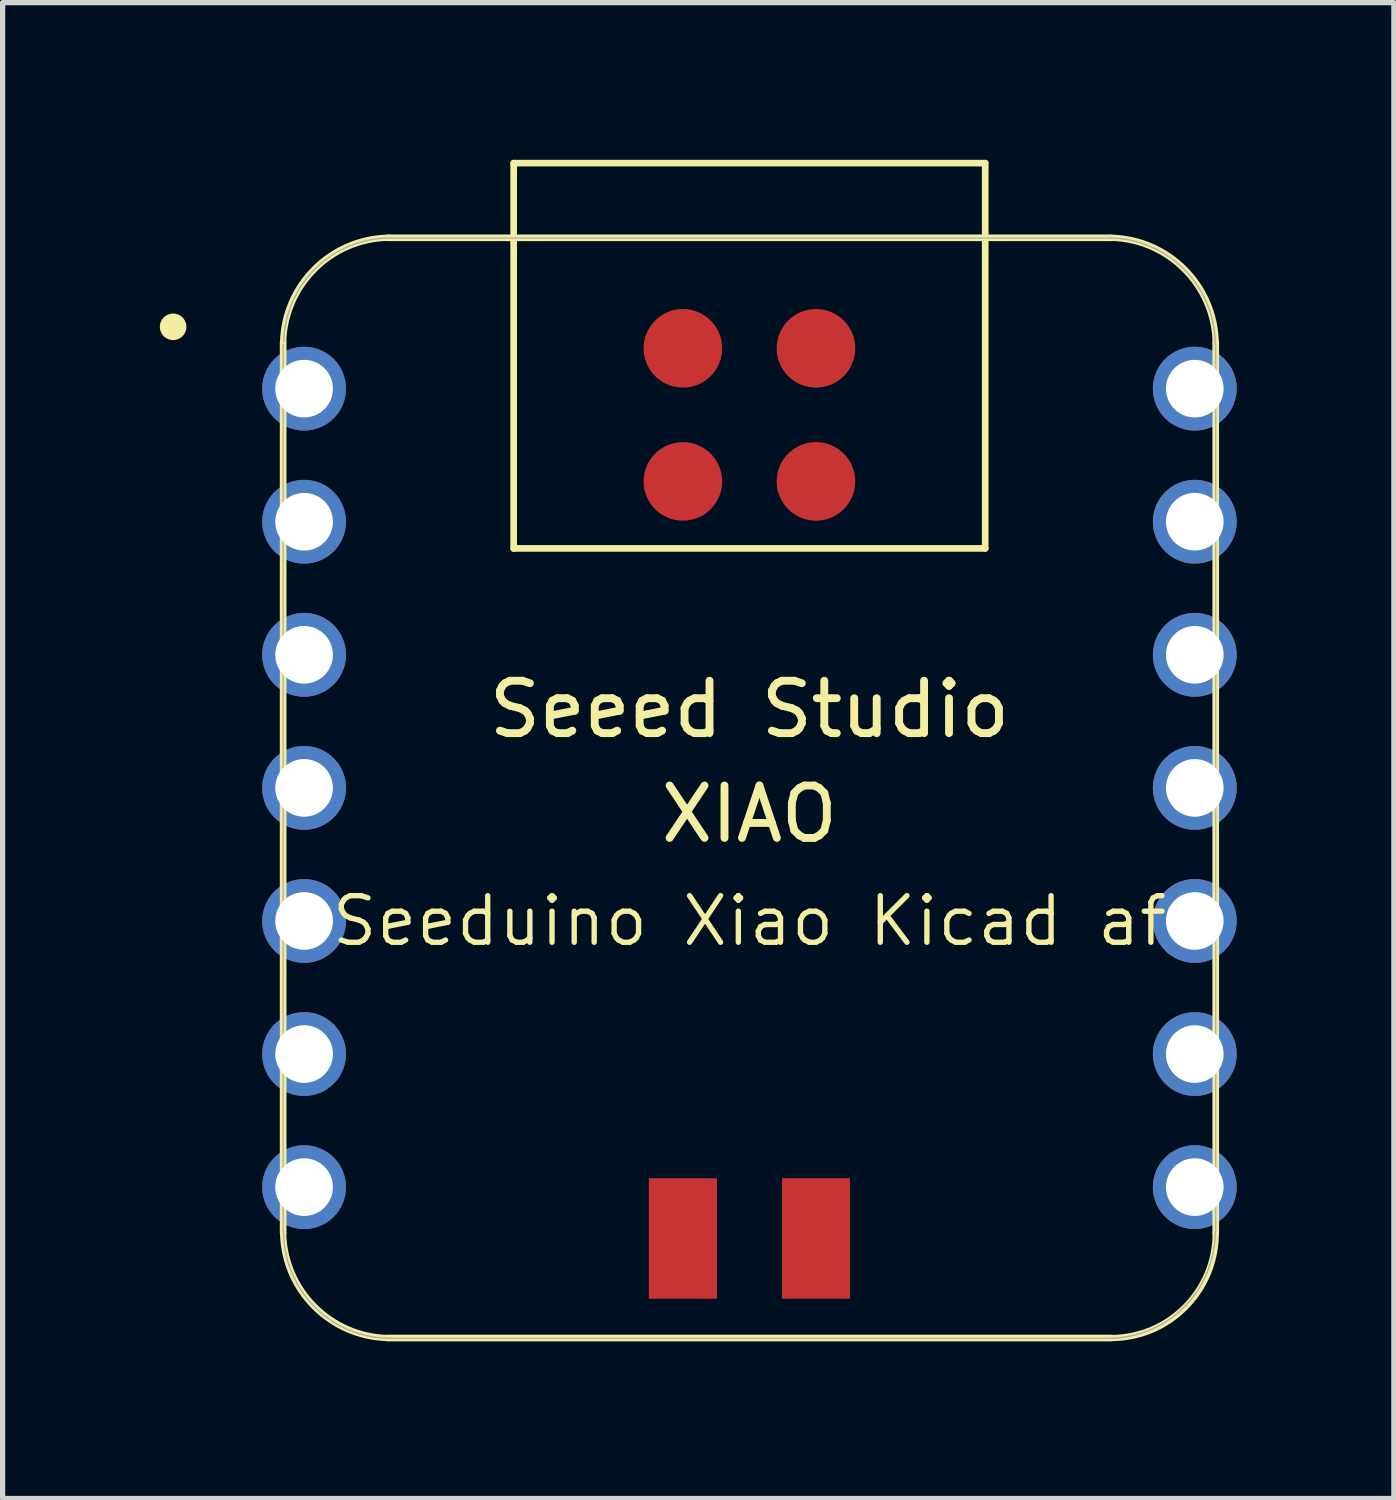
<source format=kicad_pcb>
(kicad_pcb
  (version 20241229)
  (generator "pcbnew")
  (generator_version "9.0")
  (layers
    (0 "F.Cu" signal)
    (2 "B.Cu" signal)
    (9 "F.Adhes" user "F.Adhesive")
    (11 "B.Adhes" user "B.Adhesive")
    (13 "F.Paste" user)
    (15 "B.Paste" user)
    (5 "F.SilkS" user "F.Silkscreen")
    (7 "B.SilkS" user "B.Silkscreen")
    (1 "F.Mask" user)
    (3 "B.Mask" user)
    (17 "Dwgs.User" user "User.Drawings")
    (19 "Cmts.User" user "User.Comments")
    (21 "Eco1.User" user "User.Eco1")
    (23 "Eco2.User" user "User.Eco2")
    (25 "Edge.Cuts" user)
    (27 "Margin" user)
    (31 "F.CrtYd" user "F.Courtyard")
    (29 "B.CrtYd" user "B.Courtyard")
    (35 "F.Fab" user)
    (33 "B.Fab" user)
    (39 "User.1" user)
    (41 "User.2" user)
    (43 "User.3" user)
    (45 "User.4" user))
  (footprint "Seeduino Xiao Kicad af"
    (layer "F.Cu")
    (at 11.254 11.988)
    (property "Reference" "Seeduino Xiao Kicad af" (at 0 2.54 0) (layer "F.SilkS") (effects (font (size 0.889 0.889) (thickness 0.102))))
    (attr smd)
    (fp_line (start -8.9 -8.5) (end -8.9 8.5) (stroke (width 0.127) (type solid)) (layer "F.SilkS"))
    (fp_line (start -6.9 10.5) (end 6.9 10.5) (stroke (width 0.127) (type solid)) (layer "F.SilkS"))
    (fp_line (start -4.5 -11.924) (end 4.5 -11.924) (stroke (width 0.127) (type solid)) (layer "F.SilkS"))
    (fp_line (start -4.5 -4.571) (end -4.5 -11.924) (stroke (width 0.127) (type solid)) (layer "F.SilkS"))
    (fp_line (start 4.5 -11.924) (end 4.5 -4.571) (stroke (width 0.127) (type solid)) (layer "F.SilkS"))
    (fp_line (start 4.5 -4.571) (end -4.5 -4.571) (stroke (width 0.127) (type solid)) (layer "F.SilkS"))
    (fp_line (start 6.9 -10.499) (end -6.9 -10.499) (stroke (width 0.127) (type solid)) (layer "F.SilkS"))
    (fp_line (start 8.9 8.5) (end 8.9 -8.5) (stroke (width 0.127) (type solid)) (layer "F.SilkS"))
    (fp_arc (start -8.9 -8.5) (mid -8.301491 -9.901491) (end -6.9 -10.5) (stroke (width 0.12) (type solid)) (layer "F.SilkS"))
    (fp_arc (start -6.9 10.5) (mid -8.301423 9.901423) (end -8.9 8.5) (stroke (width 0.12) (type solid)) (layer "F.SilkS"))
    (fp_arc (start 6.9 -10.5) (mid 8.301494 -9.901494) (end 8.9 -8.5) (stroke (width 0.12) (type solid)) (layer "F.SilkS"))
    (fp_arc (start 8.9 8.5) (mid 8.314214 9.914214) (end 6.9 10.5) (stroke (width 0.12) (type solid)) (layer "F.SilkS"))
    (fp_circle (center -11 -8.8) (end -11 -9.054) (stroke (width 0) (type solid)) (fill yes) (layer "F.SilkS"))
    (fp_poly (pts (xy -8.888 -8.562) (xy -8.885 -8.61) (xy -8.881 -8.659)) (stroke (width 0.025) (type solid)) (fill no) (layer "F.SilkS"))
    (fp_poly (pts (xy 8.889 8.522) (xy 8.888 8.571) (xy 8.885 8.62) (xy 8.881 8.669) (xy 8.875 8.717) (xy 8.869 8.766) (xy 8.861 8.815) (xy 8.852 8.863) (xy 8.842 8.911)) (stroke (width 0.025) (type solid)) (fill no) (layer "F.SilkS"))
    (fp_line (start -8.9 -8.463) (end -8.9 8.473) (stroke (width 0.025) (type solid)) (layer "F.Fab"))
    (fp_line (start -8.89 8.473) (end -8.889 8.522) (stroke (width 0.025) (type solid)) (layer "F.Fab"))
    (fp_line (start -8.889 8.522) (end -8.888 8.571) (stroke (width 0.025) (type solid)) (layer "F.Fab"))
    (fp_line (start -8.888 -8.562) (end -8.889 -8.512) (stroke (width 0.025) (type solid)) (layer "F.Fab"))
    (fp_line (start -8.888 8.571) (end -8.885 8.62) (stroke (width 0.025) (type solid)) (layer "F.Fab"))
    (fp_line (start -8.885 -8.61) (end -8.888 -8.562) (stroke (width 0.025) (type solid)) (layer "F.Fab"))
    (fp_line (start -8.885 8.62) (end -8.881 8.669) (stroke (width 0.025) (type solid)) (layer "F.Fab"))
    (fp_line (start -8.881 -8.659) (end -8.885 -8.61) (stroke (width 0.025) (type solid)) (layer "F.Fab"))
    (fp_line (start -8.881 8.669) (end -8.875 8.717) (stroke (width 0.025) (type solid)) (layer "F.Fab"))
    (fp_line (start -8.875 -8.708) (end -8.881 -8.659) (stroke (width 0.025) (type solid)) (layer "F.Fab"))
    (fp_line (start -8.875 8.717) (end -8.869 8.766) (stroke (width 0.025) (type solid)) (layer "F.Fab"))
    (fp_line (start -8.869 -8.757) (end -8.875 -8.708) (stroke (width 0.025) (type solid)) (layer "F.Fab"))
    (fp_line (start -8.869 8.766) (end -8.861 8.815) (stroke (width 0.025) (type solid)) (layer "F.Fab"))
    (fp_line (start -8.861 -8.806) (end -8.869 -8.757) (stroke (width 0.025) (type solid)) (layer "F.Fab"))
    (fp_line (start -8.861 8.815) (end -8.852 8.863) (stroke (width 0.025) (type solid)) (layer "F.Fab"))
    (fp_line (start -8.852 -8.854) (end -8.861 -8.806) (stroke (width 0.025) (type solid)) (layer "F.Fab"))
    (fp_line (start -8.852 8.863) (end -8.842 8.911) (stroke (width 0.025) (type solid)) (layer "F.Fab"))
    (fp_line (start -8.842 -8.902) (end -8.852 -8.854) (stroke (width 0.025) (type solid)) (layer "F.Fab"))
    (fp_line (start -8.842 8.911) (end -8.831 8.959) (stroke (width 0.025) (type solid)) (layer "F.Fab"))
    (fp_line (start -8.831 -8.95) (end -8.842 -8.902) (stroke (width 0.025) (type solid)) (layer "F.Fab"))
    (fp_line (start -8.831 8.959) (end -8.819 9.006) (stroke (width 0.025) (type solid)) (layer "F.Fab"))
    (fp_line (start -8.819 -8.997) (end -8.831 -8.95) (stroke (width 0.025) (type solid)) (layer "F.Fab"))
    (fp_line (start -8.819 9.006) (end -8.805 9.054) (stroke (width 0.025) (type solid)) (layer "F.Fab"))
    (fp_line (start -8.805 -9.045) (end -8.819 -8.997) (stroke (width 0.025) (type solid)) (layer "F.Fab"))
    (fp_line (start -8.805 9.054) (end -8.79 9.1) (stroke (width 0.025) (type solid)) (layer "F.Fab"))
    (fp_line (start -8.79 -9.091) (end -8.805 -9.045) (stroke (width 0.025) (type solid)) (layer "F.Fab"))
    (fp_line (start -8.79 9.1) (end -8.775 9.147) (stroke (width 0.025) (type solid)) (layer "F.Fab"))
    (fp_line (start -8.775 -9.138) (end -8.79 -9.091) (stroke (width 0.025) (type solid)) (layer "F.Fab"))
    (fp_line (start -8.775 9.147) (end -8.758 9.193) (stroke (width 0.025) (type solid)) (layer "F.Fab"))
    (fp_line (start -8.758 -9.184) (end -8.775 -9.138) (stroke (width 0.025) (type solid)) (layer "F.Fab"))
    (fp_line (start -8.758 9.193) (end -8.74 9.239) (stroke (width 0.025) (type solid)) (layer "F.Fab"))
    (fp_line (start -8.74 -9.23) (end -8.758 -9.184) (stroke (width 0.025) (type solid)) (layer "F.Fab"))
    (fp_line (start -8.74 9.239) (end -8.721 9.284) (stroke (width 0.025) (type solid)) (layer "F.Fab"))
    (fp_line (start -8.721 -9.275) (end -8.74 -9.23) (stroke (width 0.025) (type solid)) (layer "F.Fab"))
    (fp_line (start -8.721 9.284) (end -8.701 9.329) (stroke (width 0.025) (type solid)) (layer "F.Fab"))
    (fp_line (start -8.701 -9.32) (end -8.721 -9.275) (stroke (width 0.025) (type solid)) (layer "F.Fab"))
    (fp_line (start -8.701 9.329) (end -8.679 9.373) (stroke (width 0.025) (type solid)) (layer "F.Fab"))
    (fp_line (start -8.679 -9.364) (end -8.701 -9.32) (stroke (width 0.025) (type solid)) (layer "F.Fab"))
    (fp_line (start -8.679 9.373) (end -8.657 9.417) (stroke (width 0.025) (type solid)) (layer "F.Fab"))
    (fp_line (start -8.657 -9.408) (end -8.679 -9.364) (stroke (width 0.025) (type solid)) (layer "F.Fab"))
    (fp_line (start -8.657 9.417) (end -8.634 9.46) (stroke (width 0.025) (type solid)) (layer "F.Fab"))
    (fp_line (start -8.634 -9.451) (end -8.657 -9.408) (stroke (width 0.025) (type solid)) (layer "F.Fab"))
    (fp_line (start -8.634 9.46) (end -8.61 9.503) (stroke (width 0.025) (type solid)) (layer "F.Fab"))
    (fp_line (start -8.61 -9.494) (end -8.634 -9.451) (stroke (width 0.025) (type solid)) (layer "F.Fab"))
    (fp_line (start -8.61 9.503) (end -8.584 9.545) (stroke (width 0.025) (type solid)) (layer "F.Fab"))
    (fp_line (start -8.584 -9.536) (end -8.61 -9.494) (stroke (width 0.025) (type solid)) (layer "F.Fab"))
    (fp_line (start -8.584 9.545) (end -8.558 9.586) (stroke (width 0.025) (type solid)) (layer "F.Fab"))
    (fp_line (start -8.558 -9.577) (end -8.584 -9.536) (stroke (width 0.025) (type solid)) (layer "F.Fab"))
    (fp_line (start -8.558 9.586) (end -8.53 9.627) (stroke (width 0.025) (type solid)) (layer "F.Fab"))
    (fp_line (start -8.53 -9.618) (end -8.558 -9.577) (stroke (width 0.025) (type solid)) (layer "F.Fab"))
    (fp_line (start -8.53 9.627) (end -8.502 9.667) (stroke (width 0.025) (type solid)) (layer "F.Fab"))
    (fp_line (start -8.502 -9.658) (end -8.53 -9.618) (stroke (width 0.025) (type solid)) (layer "F.Fab"))
    (fp_line (start -8.502 9.667) (end -8.473 9.706) (stroke (width 0.025) (type solid)) (layer "F.Fab"))
    (fp_line (start -8.473 -9.697) (end -8.502 -9.658) (stroke (width 0.025) (type solid)) (layer "F.Fab"))
    (fp_line (start -8.473 9.706) (end -8.442 9.745) (stroke (width 0.025) (type solid)) (layer "F.Fab"))
    (fp_line (start -8.442 -9.736) (end -8.473 -9.697) (stroke (width 0.025) (type solid)) (layer "F.Fab"))
    (fp_line (start -8.442 9.745) (end -8.411 9.783) (stroke (width 0.025) (type solid)) (layer "F.Fab"))
    (fp_line (start -8.411 -9.774) (end -8.442 -9.736) (stroke (width 0.025) (type solid)) (layer "F.Fab"))
    (fp_line (start -8.411 9.783) (end -8.379 9.82) (stroke (width 0.025) (type solid)) (layer "F.Fab"))
    (fp_line (start -8.379 -9.811) (end -8.411 -9.774) (stroke (width 0.025) (type solid)) (layer "F.Fab"))
    (fp_line (start -8.379 9.82) (end -8.346 9.856) (stroke (width 0.025) (type solid)) (layer "F.Fab"))
    (fp_line (start -8.346 -9.847) (end -8.379 -9.811) (stroke (width 0.025) (type solid)) (layer "F.Fab"))
    (fp_line (start -8.346 9.856) (end -8.312 9.892) (stroke (width 0.025) (type solid)) (layer "F.Fab"))
    (fp_line (start -8.312 -9.883) (end -8.346 -9.847) (stroke (width 0.025) (type solid)) (layer "F.Fab"))
    (fp_line (start -8.312 9.892) (end -8.277 9.927) (stroke (width 0.025) (type solid)) (layer "F.Fab"))
    (fp_line (start -8.277 -9.918) (end -8.312 -9.883) (stroke (width 0.025) (type solid)) (layer "F.Fab"))
    (fp_line (start -8.277 9.927) (end -8.242 9.96) (stroke (width 0.025) (type solid)) (layer "F.Fab"))
    (fp_line (start -8.242 -9.951) (end -8.277 -9.918) (stroke (width 0.025) (type solid)) (layer "F.Fab"))
    (fp_line (start -8.242 9.96) (end -8.205 9.994) (stroke (width 0.025) (type solid)) (layer "F.Fab"))
    (fp_line (start -8.205 -9.984) (end -8.242 -9.951) (stroke (width 0.025) (type solid)) (layer "F.Fab"))
    (fp_line (start -8.205 9.994) (end -8.168 10.026) (stroke (width 0.025) (type solid)) (layer "F.Fab"))
    (fp_line (start -8.168 -10.017) (end -8.205 -9.984) (stroke (width 0.025) (type solid)) (layer "F.Fab"))
    (fp_line (start -8.168 10.026) (end -8.13 10.057) (stroke (width 0.025) (type solid)) (layer "F.Fab"))
    (fp_line (start -8.13 -10.048) (end -8.168 -10.017) (stroke (width 0.025) (type solid)) (layer "F.Fab"))
    (fp_line (start -8.13 10.057) (end -8.092 10.087) (stroke (width 0.025) (type solid)) (layer "F.Fab"))
    (fp_line (start -8.092 -10.078) (end -8.13 -10.048) (stroke (width 0.025) (type solid)) (layer "F.Fab"))
    (fp_line (start -8.092 10.087) (end -8.052 10.116) (stroke (width 0.025) (type solid)) (layer "F.Fab"))
    (fp_line (start -8.052 -10.107) (end -8.092 -10.078) (stroke (width 0.025) (type solid)) (layer "F.Fab"))
    (fp_line (start -8.052 10.116) (end -8.012 10.145) (stroke (width 0.025) (type solid)) (layer "F.Fab"))
    (fp_line (start -8.012 -10.136) (end -8.052 -10.107) (stroke (width 0.025) (type solid)) (layer "F.Fab"))
    (fp_line (start -8.012 10.145) (end -7.972 10.172) (stroke (width 0.025) (type solid)) (layer "F.Fab"))
    (fp_line (start -7.972 -10.163) (end -8.012 -10.136) (stroke (width 0.025) (type solid)) (layer "F.Fab"))
    (fp_line (start -7.972 10.172) (end -7.93 10.199) (stroke (width 0.025) (type solid)) (layer "F.Fab"))
    (fp_line (start -7.93 -10.19) (end -7.972 -10.163) (stroke (width 0.025) (type solid)) (layer "F.Fab"))
    (fp_line (start -7.93 10.199) (end -7.888 10.224) (stroke (width 0.025) (type solid)) (layer "F.Fab"))
    (fp_line (start -7.888 -10.215) (end -7.93 -10.19) (stroke (width 0.025) (type solid)) (layer "F.Fab"))
    (fp_line (start -7.888 10.224) (end -7.846 10.249) (stroke (width 0.025) (type solid)) (layer "F.Fab"))
    (fp_line (start -7.846 -10.239) (end -7.888 -10.215) (stroke (width 0.025) (type solid)) (layer "F.Fab"))
    (fp_line (start -7.846 10.249) (end -7.802 10.272) (stroke (width 0.025) (type solid)) (layer "F.Fab"))
    (fp_line (start -7.802 -10.263) (end -7.846 -10.239) (stroke (width 0.025) (type solid)) (layer "F.Fab"))
    (fp_line (start -7.802 10.272) (end -7.759 10.294) (stroke (width 0.025) (type solid)) (layer "F.Fab"))
    (fp_line (start -7.759 -10.285) (end -7.802 -10.263) (stroke (width 0.025) (type solid)) (layer "F.Fab"))
    (fp_line (start -7.759 10.294) (end -7.714 10.315) (stroke (width 0.025) (type solid)) (layer "F.Fab"))
    (fp_line (start -7.714 -10.306) (end -7.759 -10.285) (stroke (width 0.025) (type solid)) (layer "F.Fab"))
    (fp_line (start -7.714 10.315) (end -7.67 10.335) (stroke (width 0.025) (type solid)) (layer "F.Fab"))
    (fp_line (start -7.67 -10.326) (end -7.714 -10.306) (stroke (width 0.025) (type solid)) (layer "F.Fab"))
    (fp_line (start -7.67 10.335) (end -7.624 10.354) (stroke (width 0.025) (type solid)) (layer "F.Fab"))
    (fp_line (start -7.624 -10.345) (end -7.67 -10.326) (stroke (width 0.025) (type solid)) (layer "F.Fab"))
    (fp_line (start -7.624 10.354) (end -7.579 10.372) (stroke (width 0.025) (type solid)) (layer "F.Fab"))
    (fp_line (start -7.579 -10.363) (end -7.624 -10.345) (stroke (width 0.025) (type solid)) (layer "F.Fab"))
    (fp_line (start -7.579 10.372) (end -7.532 10.389) (stroke (width 0.025) (type solid)) (layer "F.Fab"))
    (fp_line (start -7.532 -10.38) (end -7.579 -10.363) (stroke (width 0.025) (type solid)) (layer "F.Fab"))
    (fp_line (start -7.532 10.389) (end -7.486 10.405) (stroke (width 0.025) (type solid)) (layer "F.Fab"))
    (fp_line (start -7.486 -10.396) (end -7.532 -10.38) (stroke (width 0.025) (type solid)) (layer "F.Fab"))
    (fp_line (start -7.486 10.405) (end -7.439 10.42) (stroke (width 0.025) (type solid)) (layer "F.Fab"))
    (fp_line (start -7.439 -10.411) (end -7.486 -10.396) (stroke (width 0.025) (type solid)) (layer "F.Fab"))
    (fp_line (start -7.439 10.42) (end -7.392 10.433) (stroke (width 0.025) (type solid)) (layer "F.Fab"))
    (fp_line (start -7.392 -10.424) (end -7.439 -10.411) (stroke (width 0.025) (type solid)) (layer "F.Fab"))
    (fp_line (start -7.392 10.433) (end -7.344 10.446) (stroke (width 0.025) (type solid)) (layer "F.Fab"))
    (fp_line (start -7.344 -10.436) (end -7.392 -10.424) (stroke (width 0.025) (type solid)) (layer "F.Fab"))
    (fp_line (start -7.344 10.446) (end -7.296 10.457) (stroke (width 0.025) (type solid)) (layer "F.Fab"))
    (fp_line (start -7.296 -10.448) (end -7.344 -10.436) (stroke (width 0.025) (type solid)) (layer "F.Fab"))
    (fp_line (start -7.296 10.457) (end -7.248 10.467) (stroke (width 0.025) (type solid)) (layer "F.Fab"))
    (fp_line (start -7.248 -10.458) (end -7.296 -10.448) (stroke (width 0.025) (type solid)) (layer "F.Fab"))
    (fp_line (start -7.248 10.467) (end -7.2 10.476) (stroke (width 0.025) (type solid)) (layer "F.Fab"))
    (fp_line (start -7.2 -10.466) (end -7.248 -10.458) (stroke (width 0.025) (type solid)) (layer "F.Fab"))
    (fp_line (start -7.2 10.476) (end -7.152 10.483) (stroke (width 0.025) (type solid)) (layer "F.Fab"))
    (fp_line (start -7.152 -10.474) (end -7.2 -10.466) (stroke (width 0.025) (type solid)) (layer "F.Fab"))
    (fp_line (start -7.152 10.483) (end -7.103 10.49) (stroke (width 0.025) (type solid)) (layer "F.Fab"))
    (fp_line (start -7.103 -10.481) (end -7.152 -10.474) (stroke (width 0.025) (type solid)) (layer "F.Fab"))
    (fp_line (start -7.103 10.49) (end -7.054 10.495) (stroke (width 0.025) (type solid)) (layer "F.Fab"))
    (fp_line (start -7.054 -10.486) (end -7.103 -10.481) (stroke (width 0.025) (type solid)) (layer "F.Fab"))
    (fp_line (start -7.054 10.495) (end -7.005 10.499) (stroke (width 0.025) (type solid)) (layer "F.Fab"))
    (fp_line (start -7.005 -10.49) (end -7.054 -10.486) (stroke (width 0.025) (type solid)) (layer "F.Fab"))
    (fp_line (start -7.005 10.499) (end -6.956 10.502) (stroke (width 0.025) (type solid)) (layer "F.Fab"))
    (fp_line (start -6.956 -10.493) (end -7.005 -10.49) (stroke (width 0.025) (type solid)) (layer "F.Fab"))
    (fp_line (start -6.956 10.502) (end -6.907 10.504) (stroke (width 0.025) (type solid)) (layer "F.Fab"))
    (fp_line (start -6.907 -10.495) (end -6.956 -10.493) (stroke (width 0.025) (type solid)) (layer "F.Fab"))
    (fp_line (start -6.907 10.504) (end -6.858 10.505) (stroke (width 0.025) (type solid)) (layer "F.Fab"))
    (fp_line (start -6.858 -10.495) (end -6.907 -10.495) (stroke (width 0.025) (type solid)) (layer "F.Fab"))
    (fp_line (start -6.858 10.505) (end 6.858 10.505) (stroke (width 0.025) (type solid)) (layer "F.Fab"))
    (fp_line (start 6.858 -10.495) (end -6.858 -10.495) (stroke (width 0.025) (type solid)) (layer "F.Fab"))
    (fp_line (start 6.858 10.505) (end 6.907 10.504) (stroke (width 0.025) (type solid)) (layer "F.Fab"))
    (fp_line (start 6.907 -10.495) (end 6.858 -10.495) (stroke (width 0.025) (type solid)) (layer "F.Fab"))
    (fp_line (start 6.907 10.504) (end 6.956 10.502) (stroke (width 0.025) (type solid)) (layer "F.Fab"))
    (fp_line (start 6.956 -10.493) (end 6.907 -10.495) (stroke (width 0.025) (type solid)) (layer "F.Fab"))
    (fp_line (start 6.956 10.502) (end 7.005 10.499) (stroke (width 0.025) (type solid)) (layer "F.Fab"))
    (fp_line (start 7.005 -10.49) (end 6.956 -10.493) (stroke (width 0.025) (type solid)) (layer "F.Fab"))
    (fp_line (start 7.005 10.499) (end 7.054 10.495) (stroke (width 0.025) (type solid)) (layer "F.Fab"))
    (fp_line (start 7.054 -10.486) (end 7.005 -10.49) (stroke (width 0.025) (type solid)) (layer "F.Fab"))
    (fp_line (start 7.054 10.495) (end 7.103 10.49) (stroke (width 0.025) (type solid)) (layer "F.Fab"))
    (fp_line (start 7.103 -10.481) (end 7.054 -10.486) (stroke (width 0.025) (type solid)) (layer "F.Fab"))
    (fp_line (start 7.103 10.49) (end 7.152 10.483) (stroke (width 0.025) (type solid)) (layer "F.Fab"))
    (fp_line (start 7.152 -10.474) (end 7.103 -10.481) (stroke (width 0.025) (type solid)) (layer "F.Fab"))
    (fp_line (start 7.152 10.483) (end 7.2 10.476) (stroke (width 0.025) (type solid)) (layer "F.Fab"))
    (fp_line (start 7.2 -10.466) (end 7.152 -10.474) (stroke (width 0.025) (type solid)) (layer "F.Fab"))
    (fp_line (start 7.2 10.476) (end 7.248 10.467) (stroke (width 0.025) (type solid)) (layer "F.Fab"))
    (fp_line (start 7.248 -10.458) (end 7.2 -10.466) (stroke (width 0.025) (type solid)) (layer "F.Fab"))
    (fp_line (start 7.248 10.467) (end 7.296 10.457) (stroke (width 0.025) (type solid)) (layer "F.Fab"))
    (fp_line (start 7.296 -10.448) (end 7.248 -10.458) (stroke (width 0.025) (type solid)) (layer "F.Fab"))
    (fp_line (start 7.296 10.457) (end 7.344 10.446) (stroke (width 0.025) (type solid)) (layer "F.Fab"))
    (fp_line (start 7.344 -10.436) (end 7.296 -10.448) (stroke (width 0.025) (type solid)) (layer "F.Fab"))
    (fp_line (start 7.344 10.446) (end 7.392 10.433) (stroke (width 0.025) (type solid)) (layer "F.Fab"))
    (fp_line (start 7.392 -10.424) (end 7.344 -10.436) (stroke (width 0.025) (type solid)) (layer "F.Fab"))
    (fp_line (start 7.392 10.433) (end 7.439 10.42) (stroke (width 0.025) (type solid)) (layer "F.Fab"))
    (fp_line (start 7.439 -10.411) (end 7.392 -10.424) (stroke (width 0.025) (type solid)) (layer "F.Fab"))
    (fp_line (start 7.439 10.42) (end 7.486 10.405) (stroke (width 0.025) (type solid)) (layer "F.Fab"))
    (fp_line (start 7.486 -10.396) (end 7.439 -10.411) (stroke (width 0.025) (type solid)) (layer "F.Fab"))
    (fp_line (start 7.486 10.405) (end 7.532 10.389) (stroke (width 0.025) (type solid)) (layer "F.Fab"))
    (fp_line (start 7.532 -10.38) (end 7.486 -10.396) (stroke (width 0.025) (type solid)) (layer "F.Fab"))
    (fp_line (start 7.532 10.389) (end 7.579 10.372) (stroke (width 0.025) (type solid)) (layer "F.Fab"))
    (fp_line (start 7.579 -10.363) (end 7.532 -10.38) (stroke (width 0.025) (type solid)) (layer "F.Fab"))
    (fp_line (start 7.579 10.372) (end 7.624 10.354) (stroke (width 0.025) (type solid)) (layer "F.Fab"))
    (fp_line (start 7.624 -10.345) (end 7.579 -10.363) (stroke (width 0.025) (type solid)) (layer "F.Fab"))
    (fp_line (start 7.624 10.354) (end 7.67 10.335) (stroke (width 0.025) (type solid)) (layer "F.Fab"))
    (fp_line (start 7.67 -10.326) (end 7.624 -10.345) (stroke (width 0.025) (type solid)) (layer "F.Fab"))
    (fp_line (start 7.67 10.335) (end 7.714 10.315) (stroke (width 0.025) (type solid)) (layer "F.Fab"))
    (fp_line (start 7.714 -10.306) (end 7.67 -10.326) (stroke (width 0.025) (type solid)) (layer "F.Fab"))
    (fp_line (start 7.714 10.315) (end 7.759 10.294) (stroke (width 0.025) (type solid)) (layer "F.Fab"))
    (fp_line (start 7.759 -10.285) (end 7.714 -10.306) (stroke (width 0.025) (type solid)) (layer "F.Fab"))
    (fp_line (start 7.759 10.294) (end 7.802 10.272) (stroke (width 0.025) (type solid)) (layer "F.Fab"))
    (fp_line (start 7.802 -10.263) (end 7.759 -10.285) (stroke (width 0.025) (type solid)) (layer "F.Fab"))
    (fp_line (start 7.802 10.272) (end 7.846 10.249) (stroke (width 0.025) (type solid)) (layer "F.Fab"))
    (fp_line (start 7.846 -10.239) (end 7.802 -10.263) (stroke (width 0.025) (type solid)) (layer "F.Fab"))
    (fp_line (start 7.846 10.249) (end 7.888 10.224) (stroke (width 0.025) (type solid)) (layer "F.Fab"))
    (fp_line (start 7.888 -10.215) (end 7.846 -10.239) (stroke (width 0.025) (type solid)) (layer "F.Fab"))
    (fp_line (start 7.888 10.224) (end 7.93 10.199) (stroke (width 0.025) (type solid)) (layer "F.Fab"))
    (fp_line (start 7.93 -10.19) (end 7.888 -10.215) (stroke (width 0.025) (type solid)) (layer "F.Fab"))
    (fp_line (start 7.93 10.199) (end 7.972 10.172) (stroke (width 0.025) (type solid)) (layer "F.Fab"))
    (fp_line (start 7.972 -10.163) (end 7.93 -10.19) (stroke (width 0.025) (type solid)) (layer "F.Fab"))
    (fp_line (start 7.972 10.172) (end 8.012 10.145) (stroke (width 0.025) (type solid)) (layer "F.Fab"))
    (fp_line (start 8.012 -10.136) (end 7.972 -10.163) (stroke (width 0.025) (type solid)) (layer "F.Fab"))
    (fp_line (start 8.012 10.145) (end 8.052 10.116) (stroke (width 0.025) (type solid)) (layer "F.Fab"))
    (fp_line (start 8.052 -10.107) (end 8.012 -10.136) (stroke (width 0.025) (type solid)) (layer "F.Fab"))
    (fp_line (start 8.052 10.116) (end 8.092 10.087) (stroke (width 0.025) (type solid)) (layer "F.Fab"))
    (fp_line (start 8.092 -10.078) (end 8.052 -10.107) (stroke (width 0.025) (type solid)) (layer "F.Fab"))
    (fp_line (start 8.092 10.087) (end 8.13 10.057) (stroke (width 0.025) (type solid)) (layer "F.Fab"))
    (fp_line (start 8.13 -10.048) (end 8.092 -10.078) (stroke (width 0.025) (type solid)) (layer "F.Fab"))
    (fp_line (start 8.13 10.057) (end 8.168 10.026) (stroke (width 0.025) (type solid)) (layer "F.Fab"))
    (fp_line (start 8.168 -10.017) (end 8.13 -10.048) (stroke (width 0.025) (type solid)) (layer "F.Fab"))
    (fp_line (start 8.168 10.026) (end 8.205 9.994) (stroke (width 0.025) (type solid)) (layer "F.Fab"))
    (fp_line (start 8.205 -9.984) (end 8.168 -10.017) (stroke (width 0.025) (type solid)) (layer "F.Fab"))
    (fp_line (start 8.205 9.994) (end 8.242 9.96) (stroke (width 0.025) (type solid)) (layer "F.Fab"))
    (fp_line (start 8.242 -9.951) (end 8.205 -9.984) (stroke (width 0.025) (type solid)) (layer "F.Fab"))
    (fp_line (start 8.242 9.96) (end 8.277 9.927) (stroke (width 0.025) (type solid)) (layer "F.Fab"))
    (fp_line (start 8.277 -9.918) (end 8.242 -9.951) (stroke (width 0.025) (type solid)) (layer "F.Fab"))
    (fp_line (start 8.277 9.927) (end 8.312 9.892) (stroke (width 0.025) (type solid)) (layer "F.Fab"))
    (fp_line (start 8.312 -9.883) (end 8.277 -9.918) (stroke (width 0.025) (type solid)) (layer "F.Fab"))
    (fp_line (start 8.312 9.892) (end 8.346 9.856) (stroke (width 0.025) (type solid)) (layer "F.Fab"))
    (fp_line (start 8.346 -9.847) (end 8.312 -9.883) (stroke (width 0.025) (type solid)) (layer "F.Fab"))
    (fp_line (start 8.346 9.856) (end 8.379 9.82) (stroke (width 0.025) (type solid)) (layer "F.Fab"))
    (fp_line (start 8.379 -9.811) (end 8.346 -9.847) (stroke (width 0.025) (type solid)) (layer "F.Fab"))
    (fp_line (start 8.379 9.82) (end 8.411 9.783) (stroke (width 0.025) (type solid)) (layer "F.Fab"))
    (fp_line (start 8.411 -9.774) (end 8.379 -9.811) (stroke (width 0.025) (type solid)) (layer "F.Fab"))
    (fp_line (start 8.411 9.783) (end 8.442 9.745) (stroke (width 0.025) (type solid)) (layer "F.Fab"))
    (fp_line (start 8.442 -9.736) (end 8.411 -9.774) (stroke (width 0.025) (type solid)) (layer "F.Fab"))
    (fp_line (start 8.442 9.745) (end 8.473 9.706) (stroke (width 0.025) (type solid)) (layer "F.Fab"))
    (fp_line (start 8.473 -9.697) (end 8.442 -9.736) (stroke (width 0.025) (type solid)) (layer "F.Fab"))
    (fp_line (start 8.473 9.706) (end 8.502 9.667) (stroke (width 0.025) (type solid)) (layer "F.Fab"))
    (fp_line (start 8.502 -9.658) (end 8.473 -9.697) (stroke (width 0.025) (type solid)) (layer "F.Fab"))
    (fp_line (start 8.502 9.667) (end 8.53 9.627) (stroke (width 0.025) (type solid)) (layer "F.Fab"))
    (fp_line (start 8.53 -9.618) (end 8.502 -9.658) (stroke (width 0.025) (type solid)) (layer "F.Fab"))
    (fp_line (start 8.53 9.627) (end 8.558 9.586) (stroke (width 0.025) (type solid)) (layer "F.Fab"))
    (fp_line (start 8.558 -9.577) (end 8.53 -9.618) (stroke (width 0.025) (type solid)) (layer "F.Fab"))
    (fp_line (start 8.558 9.586) (end 8.584 9.545) (stroke (width 0.025) (type solid)) (layer "F.Fab"))
    (fp_line (start 8.584 -9.536) (end 8.558 -9.577) (stroke (width 0.025) (type solid)) (layer "F.Fab"))
    (fp_line (start 8.584 9.545) (end 8.61 9.503) (stroke (width 0.025) (type solid)) (layer "F.Fab"))
    (fp_line (start 8.61 -9.494) (end 8.584 -9.536) (stroke (width 0.025) (type solid)) (layer "F.Fab"))
    (fp_line (start 8.61 9.503) (end 8.634 9.46) (stroke (width 0.025) (type solid)) (layer "F.Fab"))
    (fp_line (start 8.634 -9.451) (end 8.61 -9.494) (stroke (width 0.025) (type solid)) (layer "F.Fab"))
    (fp_line (start 8.634 9.46) (end 8.657 9.417) (stroke (width 0.025) (type solid)) (layer "F.Fab"))
    (fp_line (start 8.657 -9.408) (end 8.634 -9.451) (stroke (width 0.025) (type solid)) (layer "F.Fab"))
    (fp_line (start 8.657 9.417) (end 8.679 9.373) (stroke (width 0.025) (type solid)) (layer "F.Fab"))
    (fp_line (start 8.679 -9.364) (end 8.657 -9.408) (stroke (width 0.025) (type solid)) (layer "F.Fab"))
    (fp_line (start 8.679 9.373) (end 8.701 9.329) (stroke (width 0.025) (type solid)) (layer "F.Fab"))
    (fp_line (start 8.701 -9.32) (end 8.679 -9.364) (stroke (width 0.025) (type solid)) (layer "F.Fab"))
    (fp_line (start 8.701 9.329) (end 8.721 9.284) (stroke (width 0.025) (type solid)) (layer "F.Fab"))
    (fp_line (start 8.721 -9.275) (end 8.701 -9.32) (stroke (width 0.025) (type solid)) (layer "F.Fab"))
    (fp_line (start 8.721 9.284) (end 8.74 9.239) (stroke (width 0.025) (type solid)) (layer "F.Fab"))
    (fp_line (start 8.74 -9.23) (end 8.721 -9.275) (stroke (width 0.025) (type solid)) (layer "F.Fab"))
    (fp_line (start 8.74 9.239) (end 8.758 9.193) (stroke (width 0.025) (type solid)) (layer "F.Fab"))
    (fp_line (start 8.758 -9.184) (end 8.74 -9.23) (stroke (width 0.025) (type solid)) (layer "F.Fab"))
    (fp_line (start 8.758 9.193) (end 8.775 9.147) (stroke (width 0.025) (type solid)) (layer "F.Fab"))
    (fp_line (start 8.775 -9.138) (end 8.758 -9.184) (stroke (width 0.025) (type solid)) (layer "F.Fab"))
    (fp_line (start 8.775 9.147) (end 8.79 9.1) (stroke (width 0.025) (type solid)) (layer "F.Fab"))
    (fp_line (start 8.79 -9.091) (end 8.775 -9.138) (stroke (width 0.025) (type solid)) (layer "F.Fab"))
    (fp_line (start 8.79 9.1) (end 8.805 9.054) (stroke (width 0.025) (type solid)) (layer "F.Fab"))
    (fp_line (start 8.805 -9.045) (end 8.79 -9.091) (stroke (width 0.025) (type solid)) (layer "F.Fab"))
    (fp_line (start 8.805 9.054) (end 8.819 9.006) (stroke (width 0.025) (type solid)) (layer "F.Fab"))
    (fp_line (start 8.819 -8.997) (end 8.805 -9.045) (stroke (width 0.025) (type solid)) (layer "F.Fab"))
    (fp_line (start 8.819 9.006) (end 8.831 8.959) (stroke (width 0.025) (type solid)) (layer "F.Fab"))
    (fp_line (start 8.831 -8.95) (end 8.819 -8.997) (stroke (width 0.025) (type solid)) (layer "F.Fab"))
    (fp_line (start 8.831 8.959) (end 8.842 8.911) (stroke (width 0.025) (type solid)) (layer "F.Fab"))
    (fp_line (start 8.842 -8.902) (end 8.831 -8.95) (stroke (width 0.025) (type solid)) (layer "F.Fab"))
    (fp_line (start 8.842 8.911) (end 8.852 8.863) (stroke (width 0.025) (type solid)) (layer "F.Fab"))
    (fp_line (start 8.852 -8.854) (end 8.842 -8.902) (stroke (width 0.025) (type solid)) (layer "F.Fab"))
    (fp_line (start 8.852 8.863) (end 8.861 8.815) (stroke (width 0.025) (type solid)) (layer "F.Fab"))
    (fp_line (start 8.861 -8.806) (end 8.852 -8.854) (stroke (width 0.025) (type solid)) (layer "F.Fab"))
    (fp_line (start 8.861 8.815) (end 8.869 8.766) (stroke (width 0.025) (type solid)) (layer "F.Fab"))
    (fp_line (start 8.869 -8.757) (end 8.861 -8.806) (stroke (width 0.025) (type solid)) (layer "F.Fab"))
    (fp_line (start 8.869 8.766) (end 8.875 8.717) (stroke (width 0.025) (type solid)) (layer "F.Fab"))
    (fp_line (start 8.875 -8.708) (end 8.869 -8.757) (stroke (width 0.025) (type solid)) (layer "F.Fab"))
    (fp_line (start 8.875 8.717) (end 8.881 8.669) (stroke (width 0.025) (type solid)) (layer "F.Fab"))
    (fp_line (start 8.881 -8.659) (end 8.875 -8.708) (stroke (width 0.025) (type solid)) (layer "F.Fab"))
    (fp_line (start 8.881 8.669) (end 8.885 8.62) (stroke (width 0.025) (type solid)) (layer "F.Fab"))
    (fp_line (start 8.885 -8.61) (end 8.881 -8.659) (stroke (width 0.025) (type solid)) (layer "F.Fab"))
    (fp_line (start 8.885 8.62) (end 8.888 8.571) (stroke (width 0.025) (type solid)) (layer "F.Fab"))
    (fp_line (start 8.888 -8.562) (end 8.885 -8.61) (stroke (width 0.025) (type solid)) (layer "F.Fab"))
    (fp_line (start 8.888 8.571) (end 8.889 8.522) (stroke (width 0.025) (type solid)) (layer "F.Fab"))
    (fp_line (start 8.889 -8.512) (end 8.888 -8.562) (stroke (width 0.025) (type solid)) (layer "F.Fab"))
    (fp_line (start 8.889 8.522) (end 8.89 8.473) (stroke (width 0.025) (type solid)) (layer "F.Fab"))
    (fp_line (start 8.89 -8.463) (end 8.889 -8.512) (stroke (width 0.025) (type solid)) (layer "F.Fab"))
    (fp_line (start 8.9 8.473) (end 8.9 -8.463) (stroke (width 0.025) (type solid)) (layer "F.Fab"))
    (fp_text user "Seeed Studio" (at 0 -1.5 0) (unlocked yes) (layer "F.SilkS") (effects (font (size 1 1) (thickness 0.15))))
    (fp_text user "XIAO" (at 0 0.5 0) (unlocked yes) (layer "F.SilkS") (effects (font (size 1 1) (thickness 0.15))))
    (pad "1" thru_hole circle (at -8.5 -7.62) (size 1.6 1.6) (drill 1.1) (layers "*.Cu" "*.Mask"))
    (pad "2" thru_hole circle (at -8.5 -5.08) (size 1.6 1.6) (drill 1.1) (layers "*.Cu" "*.Mask"))
    (pad "3" thru_hole circle (at -8.5 -2.54) (size 1.6 1.6) (drill 1.1) (layers "*.Cu" "*.Mask"))
    (pad "4" thru_hole circle (at -8.5 0) (size 1.6 1.6) (drill 1.1) (layers "*.Cu" "*.Mask"))
    (pad "5" thru_hole circle (at -8.5 2.54) (size 1.6 1.6) (drill 1.1) (layers "*.Cu" "*.Mask"))
    (pad "6" thru_hole circle (at -8.5 5.08 180) (size 1.6 1.6) (drill 1.1) (layers "*.Cu" "*.Mask"))
    (pad "7" thru_hole circle (at -8.5 7.62) (size 1.6 1.6) (drill 1.1) (layers "*.Cu" "*.Mask"))
    (pad "8" thru_hole circle (at 8.5 7.62) (size 1.6 1.6) (drill 1.1) (layers "*.Cu" "*.Mask"))
    (pad "9" thru_hole circle (at 8.5 5.08) (size 1.6 1.6) (drill 1.1) (layers "*.Cu" "*.Mask"))
    (pad "10" thru_hole circle (at 8.5 2.54) (size 1.6 1.6) (drill 1.1) (layers "*.Cu" "*.Mask"))
    (pad "11" thru_hole circle (at 8.5 0) (size 1.6 1.6) (drill 1.1) (layers "*.Cu" "*.Mask"))
    (pad "12" thru_hole circle (at 8.5 -2.54) (size 1.6 1.6) (drill 1.1) (layers "*.Cu" "*.Mask"))
    (pad "13" thru_hole circle (at 8.5 -5.08) (size 1.6 1.6) (drill 1.1) (layers "*.Cu" "*.Mask"))
    (pad "14" thru_hole circle (at 8.5 -7.62) (size 1.6 1.6) (drill 1.1) (layers "*.Cu" "*.Mask"))
    (pad "15" smd circle (at -1.27 -8.39 90) (size 1.5 1.5) (layers "F.Cu" "F.Mask" "F.Paste"))
    (pad "16" smd circle (at 1.27 -8.39 90) (size 1.5 1.5) (layers "F.Cu" "F.Mask" "F.Paste"))
    (pad "17" smd circle (at -1.27 -5.85 90) (size 1.5 1.5) (layers "F.Cu" "F.Mask" "F.Paste"))
    (pad "18" smd circle (at 1.27 -5.85 90) (size 1.5 1.5) (layers "F.Cu" "F.Mask" "F.Paste"))
    (pad "19" smd rect (at -1.27 8.6 90) (size 2.3 1.3) (layers "F.Cu" "F.Mask" "F.Paste"))
    (pad "20" smd rect (at 1.27 8.6 90) (size 2.3 1.3) (layers "F.Cu" "F.Mask" "F.Paste")))
  (gr_rect
    (start -3 -3)
    (end 23.554 25.551)
    (stroke (width 0.1) (type default))
    (fill no)
    (layer "Edge.Cuts")))
</source>
